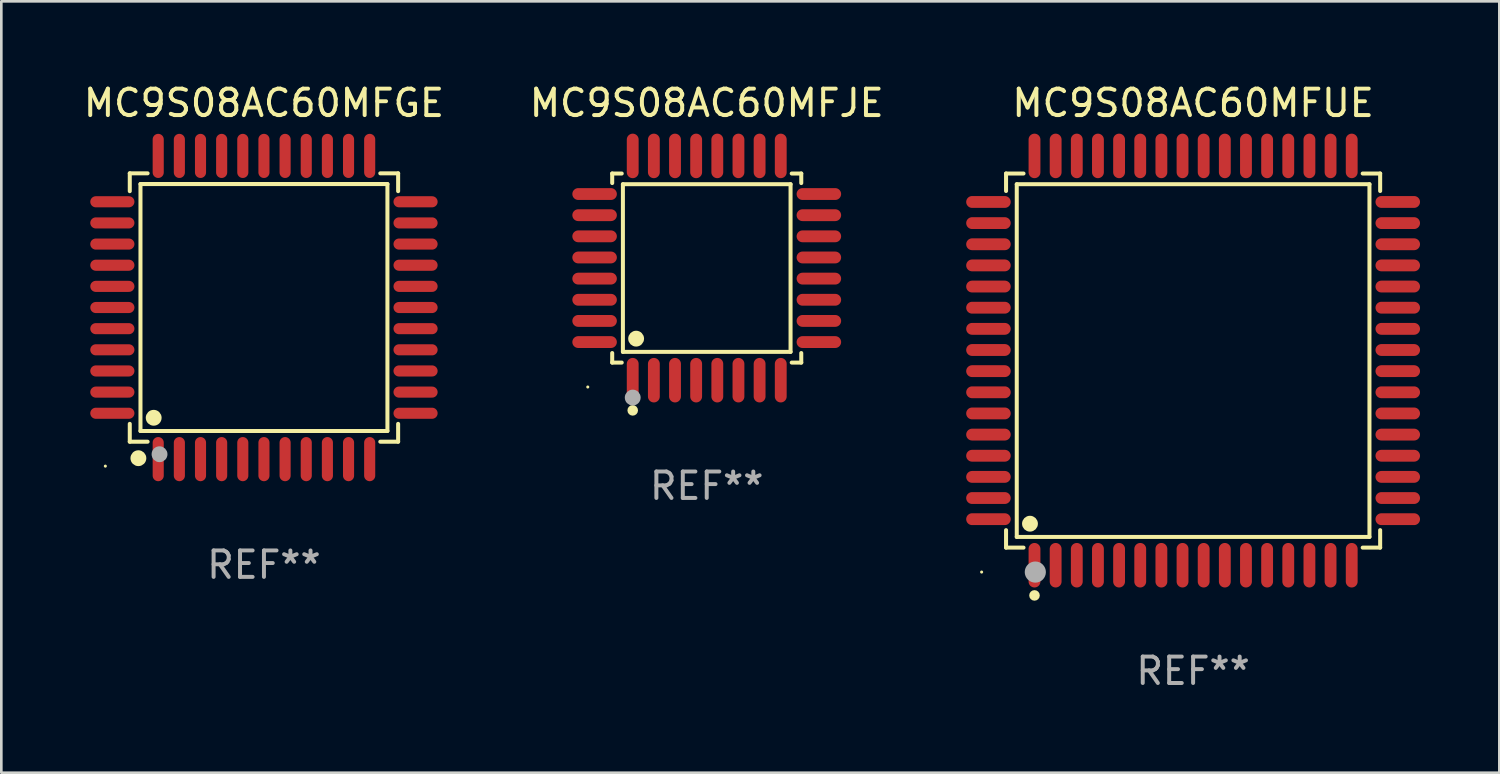
<source format=kicad_pcb>
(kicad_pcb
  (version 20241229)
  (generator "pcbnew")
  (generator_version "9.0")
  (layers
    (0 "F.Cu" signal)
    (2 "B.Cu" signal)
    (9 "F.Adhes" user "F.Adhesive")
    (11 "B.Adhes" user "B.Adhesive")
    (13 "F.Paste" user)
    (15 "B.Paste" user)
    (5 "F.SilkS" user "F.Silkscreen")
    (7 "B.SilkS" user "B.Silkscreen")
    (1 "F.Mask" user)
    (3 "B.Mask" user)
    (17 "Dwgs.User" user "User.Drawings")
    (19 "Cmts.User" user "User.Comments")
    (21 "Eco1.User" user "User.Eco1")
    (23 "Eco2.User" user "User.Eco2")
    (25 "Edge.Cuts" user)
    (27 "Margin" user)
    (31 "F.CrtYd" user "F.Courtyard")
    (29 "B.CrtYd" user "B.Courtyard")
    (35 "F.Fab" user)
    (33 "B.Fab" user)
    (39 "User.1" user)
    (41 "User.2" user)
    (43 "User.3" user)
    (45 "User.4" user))
  (footprint "MC9S08AC60MFUE"
    (layer "F.Cu")
    (at 42.084 10.59)
    (property "Reference" "MC9S08AC60MFUE" (at 0 -9.742 0) (layer "F.SilkS") (effects (font (size 1 1) (thickness 0.15))))
    (attr through_hole)
    (fp_line (start -7.076 -7.076) (end -6.415 -7.076) (stroke (width 0.152) (type solid)) (layer "F.SilkS"))
    (fp_line (start -7.076 -6.415) (end -7.076 -7.076) (stroke (width 0.152) (type solid)) (layer "F.SilkS"))
    (fp_line (start -7.076 6.415) (end -7.076 7.076) (stroke (width 0.152) (type solid)) (layer "F.SilkS"))
    (fp_line (start -7.076 7.076) (end -6.415 7.076) (stroke (width 0.152) (type solid)) (layer "F.SilkS"))
    (fp_line (start -6.671 -6.671) (end 6.671 -6.671) (stroke (width 0.152) (type solid)) (layer "F.SilkS"))
    (fp_line (start -6.671 6.671) (end -6.671 -6.671) (stroke (width 0.152) (type solid)) (layer "F.SilkS"))
    (fp_line (start 6.671 -6.671) (end 6.671 6.671) (stroke (width 0.152) (type solid)) (layer "F.SilkS"))
    (fp_line (start 6.671 6.671) (end -6.671 6.671) (stroke (width 0.152) (type solid)) (layer "F.SilkS"))
    (fp_line (start 7.076 -7.076) (end 6.415 -7.076) (stroke (width 0.152) (type solid)) (layer "F.SilkS"))
    (fp_line (start 7.076 -6.415) (end 7.076 -7.076) (stroke (width 0.152) (type solid)) (layer "F.SilkS"))
    (fp_line (start 7.076 6.415) (end 7.076 7.076) (stroke (width 0.152) (type solid)) (layer "F.SilkS"))
    (fp_line (start 7.076 7.076) (end 6.415 7.076) (stroke (width 0.152) (type solid)) (layer "F.SilkS"))
    (fp_circle (center -8 8) (end -7.97 8) (stroke (width 0.06) (type solid)) (fill no) (layer "F.SilkS"))
    (fp_circle (center -6.171 6.171) (end -6.021 6.171) (stroke (width 0.3) (type solid)) (fill no) (layer "F.SilkS"))
    (fp_circle (center -6 8.884) (end -5.9 8.884) (stroke (width 0.2) (type solid)) (fill no) (layer "F.SilkS"))
    (fp_circle (center -5.969 8.001) (end -5.769 8.001) (stroke (width 0.4) (type solid)) (fill no) (layer "F.Fab"))
    (fp_text user "REF**" (at 0 11.742 0) (layer "F.Fab") (effects (font (size 1 1) (thickness 0.15))))
    (pad "1" smd oval (at -6 7.742) (size 0.448 1.684) (layers "F.Cu" "F.Mask" "F.Paste"))
    (pad "2" smd oval (at -5.2 7.742) (size 0.448 1.684) (layers "F.Cu" "F.Mask" "F.Paste"))
    (pad "3" smd oval (at -4.4 7.742) (size 0.448 1.684) (layers "F.Cu" "F.Mask" "F.Paste"))
    (pad "4" smd oval (at -3.6 7.742) (size 0.448 1.684) (layers "F.Cu" "F.Mask" "F.Paste"))
    (pad "5" smd oval (at -2.8 7.742) (size 0.448 1.684) (layers "F.Cu" "F.Mask" "F.Paste"))
    (pad "6" smd oval (at -2 7.742) (size 0.448 1.684) (layers "F.Cu" "F.Mask" "F.Paste"))
    (pad "7" smd oval (at -1.2 7.742) (size 0.448 1.684) (layers "F.Cu" "F.Mask" "F.Paste"))
    (pad "8" smd oval (at -0.4 7.742) (size 0.448 1.684) (layers "F.Cu" "F.Mask" "F.Paste"))
    (pad "9" smd oval (at 0.4 7.742) (size 0.448 1.684) (layers "F.Cu" "F.Mask" "F.Paste"))
    (pad "10" smd oval (at 1.2 7.742) (size 0.448 1.684) (layers "F.Cu" "F.Mask" "F.Paste"))
    (pad "11" smd oval (at 2 7.742) (size 0.448 1.684) (layers "F.Cu" "F.Mask" "F.Paste"))
    (pad "12" smd oval (at 2.8 7.742) (size 0.448 1.684) (layers "F.Cu" "F.Mask" "F.Paste"))
    (pad "13" smd oval (at 3.6 7.742) (size 0.448 1.684) (layers "F.Cu" "F.Mask" "F.Paste"))
    (pad "14" smd oval (at 4.4 7.742) (size 0.448 1.684) (layers "F.Cu" "F.Mask" "F.Paste"))
    (pad "15" smd oval (at 5.2 7.742) (size 0.448 1.684) (layers "F.Cu" "F.Mask" "F.Paste"))
    (pad "16" smd oval (at 6 7.742) (size 0.448 1.684) (layers "F.Cu" "F.Mask" "F.Paste"))
    (pad "17" smd oval (at 7.742 6) (size 1.684 0.448) (layers "F.Cu" "F.Mask" "F.Paste"))
    (pad "18" smd oval (at 7.742 5.2) (size 1.684 0.448) (layers "F.Cu" "F.Mask" "F.Paste"))
    (pad "19" smd oval (at 7.742 4.4) (size 1.684 0.448) (layers "F.Cu" "F.Mask" "F.Paste"))
    (pad "20" smd oval (at 7.742 3.6) (size 1.684 0.448) (layers "F.Cu" "F.Mask" "F.Paste"))
    (pad "21" smd oval (at 7.742 2.8) (size 1.684 0.448) (layers "F.Cu" "F.Mask" "F.Paste"))
    (pad "22" smd oval (at 7.742 2) (size 1.684 0.448) (layers "F.Cu" "F.Mask" "F.Paste"))
    (pad "23" smd oval (at 7.742 1.2) (size 1.684 0.448) (layers "F.Cu" "F.Mask" "F.Paste"))
    (pad "24" smd oval (at 7.742 0.4) (size 1.684 0.448) (layers "F.Cu" "F.Mask" "F.Paste"))
    (pad "25" smd oval (at 7.742 -0.4) (size 1.684 0.448) (layers "F.Cu" "F.Mask" "F.Paste"))
    (pad "26" smd oval (at 7.742 -1.2) (size 1.684 0.448) (layers "F.Cu" "F.Mask" "F.Paste"))
    (pad "27" smd oval (at 7.742 -2) (size 1.684 0.448) (layers "F.Cu" "F.Mask" "F.Paste"))
    (pad "28" smd oval (at 7.742 -2.8) (size 1.684 0.448) (layers "F.Cu" "F.Mask" "F.Paste"))
    (pad "29" smd oval (at 7.742 -3.6) (size 1.684 0.448) (layers "F.Cu" "F.Mask" "F.Paste"))
    (pad "30" smd oval (at 7.742 -4.4) (size 1.684 0.448) (layers "F.Cu" "F.Mask" "F.Paste"))
    (pad "31" smd oval (at 7.742 -5.2) (size 1.684 0.448) (layers "F.Cu" "F.Mask" "F.Paste"))
    (pad "32" smd oval (at 7.742 -6) (size 1.684 0.448) (layers "F.Cu" "F.Mask" "F.Paste"))
    (pad "33" smd oval (at 6 -7.742) (size 0.448 1.684) (layers "F.Cu" "F.Mask" "F.Paste"))
    (pad "34" smd oval (at 5.2 -7.742) (size 0.448 1.684) (layers "F.Cu" "F.Mask" "F.Paste"))
    (pad "35" smd oval (at 4.4 -7.742) (size 0.448 1.684) (layers "F.Cu" "F.Mask" "F.Paste"))
    (pad "36" smd oval (at 3.6 -7.742) (size 0.448 1.684) (layers "F.Cu" "F.Mask" "F.Paste"))
    (pad "37" smd oval (at 2.8 -7.742) (size 0.448 1.684) (layers "F.Cu" "F.Mask" "F.Paste"))
    (pad "38" smd oval (at 2 -7.742) (size 0.448 1.684) (layers "F.Cu" "F.Mask" "F.Paste"))
    (pad "39" smd oval (at 1.2 -7.742) (size 0.448 1.684) (layers "F.Cu" "F.Mask" "F.Paste"))
    (pad "40" smd oval (at 0.4 -7.742) (size 0.448 1.684) (layers "F.Cu" "F.Mask" "F.Paste"))
    (pad "41" smd oval (at -0.4 -7.742) (size 0.448 1.684) (layers "F.Cu" "F.Mask" "F.Paste"))
    (pad "42" smd oval (at -1.2 -7.742) (size 0.448 1.684) (layers "F.Cu" "F.Mask" "F.Paste"))
    (pad "43" smd oval (at -2 -7.742) (size 0.448 1.684) (layers "F.Cu" "F.Mask" "F.Paste"))
    (pad "44" smd oval (at -2.8 -7.742) (size 0.448 1.684) (layers "F.Cu" "F.Mask" "F.Paste"))
    (pad "45" smd oval (at -3.6 -7.742) (size 0.448 1.684) (layers "F.Cu" "F.Mask" "F.Paste"))
    (pad "46" smd oval (at -4.4 -7.742) (size 0.448 1.684) (layers "F.Cu" "F.Mask" "F.Paste"))
    (pad "47" smd oval (at -5.2 -7.742) (size 0.448 1.684) (layers "F.Cu" "F.Mask" "F.Paste"))
    (pad "48" smd oval (at -6 -7.742) (size 0.448 1.684) (layers "F.Cu" "F.Mask" "F.Paste"))
    (pad "49" smd oval (at -7.742 -6) (size 1.684 0.448) (layers "F.Cu" "F.Mask" "F.Paste"))
    (pad "50" smd oval (at -7.742 -5.2) (size 1.684 0.448) (layers "F.Cu" "F.Mask" "F.Paste"))
    (pad "51" smd oval (at -7.742 -4.4) (size 1.684 0.448) (layers "F.Cu" "F.Mask" "F.Paste"))
    (pad "52" smd oval (at -7.742 -3.6) (size 1.684 0.448) (layers "F.Cu" "F.Mask" "F.Paste"))
    (pad "53" smd oval (at -7.742 -2.8) (size 1.684 0.448) (layers "F.Cu" "F.Mask" "F.Paste"))
    (pad "54" smd oval (at -7.742 -2) (size 1.684 0.448) (layers "F.Cu" "F.Mask" "F.Paste"))
    (pad "55" smd oval (at -7.742 -1.2) (size 1.684 0.448) (layers "F.Cu" "F.Mask" "F.Paste"))
    (pad "56" smd oval (at -7.742 -0.4) (size 1.684 0.448) (layers "F.Cu" "F.Mask" "F.Paste"))
    (pad "57" smd oval (at -7.742 0.4) (size 1.684 0.448) (layers "F.Cu" "F.Mask" "F.Paste"))
    (pad "58" smd oval (at -7.742 1.2) (size 1.684 0.448) (layers "F.Cu" "F.Mask" "F.Paste"))
    (pad "59" smd oval (at -7.742 2) (size 1.684 0.448) (layers "F.Cu" "F.Mask" "F.Paste"))
    (pad "60" smd oval (at -7.742 2.8) (size 1.684 0.448) (layers "F.Cu" "F.Mask" "F.Paste"))
    (pad "61" smd oval (at -7.742 3.6) (size 1.684 0.448) (layers "F.Cu" "F.Mask" "F.Paste"))
    (pad "62" smd oval (at -7.742 4.4) (size 1.684 0.448) (layers "F.Cu" "F.Mask" "F.Paste"))
    (pad "63" smd oval (at -7.742 5.2) (size 1.684 0.448) (layers "F.Cu" "F.Mask" "F.Paste"))
    (pad "64" smd oval (at -7.742 6) (size 1.684 0.448) (layers "F.Cu" "F.Mask" "F.Paste")))
  (footprint "MC9S08AC60MFJE"
    (layer "F.Cu")
    (at 23.685 7.09)
    (property "Reference" "MC9S08AC60MFJE" (at 0 -6.242 0) (layer "F.SilkS") (effects (font (size 1 1) (thickness 0.15))))
    (attr through_hole)
    (fp_line (start -3.576 -3.576) (end -3.215 -3.576) (stroke (width 0.152) (type solid)) (layer "F.SilkS"))
    (fp_line (start -3.576 -3.215) (end -3.576 -3.576) (stroke (width 0.152) (type solid)) (layer "F.SilkS"))
    (fp_line (start -3.576 3.215) (end -3.576 3.576) (stroke (width 0.152) (type solid)) (layer "F.SilkS"))
    (fp_line (start -3.576 3.576) (end -3.215 3.576) (stroke (width 0.152) (type solid)) (layer "F.SilkS"))
    (fp_line (start -3.171 -3.171) (end 3.171 -3.171) (stroke (width 0.152) (type solid)) (layer "F.SilkS"))
    (fp_line (start -3.171 3.171) (end -3.171 -3.171) (stroke (width 0.152) (type solid)) (layer "F.SilkS"))
    (fp_line (start 3.171 -3.171) (end 3.171 3.171) (stroke (width 0.152) (type solid)) (layer "F.SilkS"))
    (fp_line (start 3.171 3.171) (end -3.171 3.171) (stroke (width 0.152) (type solid)) (layer "F.SilkS"))
    (fp_line (start 3.576 -3.576) (end 3.215 -3.576) (stroke (width 0.152) (type solid)) (layer "F.SilkS"))
    (fp_line (start 3.576 -3.215) (end 3.576 -3.576) (stroke (width 0.152) (type solid)) (layer "F.SilkS"))
    (fp_line (start 3.576 3.215) (end 3.576 3.576) (stroke (width 0.152) (type solid)) (layer "F.SilkS"))
    (fp_line (start 3.576 3.576) (end 3.215 3.576) (stroke (width 0.152) (type solid)) (layer "F.SilkS"))
    (fp_circle (center -4.5 4.5) (end -4.47 4.5) (stroke (width 0.06) (type solid)) (fill no) (layer "F.SilkS"))
    (fp_circle (center -2.8 5.384) (end -2.7 5.384) (stroke (width 0.2) (type solid)) (fill no) (layer "F.SilkS"))
    (fp_circle (center -2.671 2.671) (end -2.521 2.671) (stroke (width 0.3) (type solid)) (fill no) (layer "F.SilkS"))
    (fp_circle (center -2.8 4.9) (end -2.65 4.9) (stroke (width 0.3) (type solid)) (fill no) (layer "F.Fab"))
    (fp_text user "REF**" (at 0 8.242 0) (layer "F.Fab") (effects (font (size 1 1) (thickness 0.15))))
    (pad "1" smd oval (at -2.8 4.242) (size 0.448 1.684) (layers "F.Cu" "F.Mask" "F.Paste"))
    (pad "2" smd oval (at -2 4.242) (size 0.448 1.684) (layers "F.Cu" "F.Mask" "F.Paste"))
    (pad "3" smd oval (at -1.2 4.242) (size 0.448 1.684) (layers "F.Cu" "F.Mask" "F.Paste"))
    (pad "4" smd oval (at -0.4 4.242) (size 0.448 1.684) (layers "F.Cu" "F.Mask" "F.Paste"))
    (pad "5" smd oval (at 0.4 4.242) (size 0.448 1.684) (layers "F.Cu" "F.Mask" "F.Paste"))
    (pad "6" smd oval (at 1.2 4.242) (size 0.448 1.684) (layers "F.Cu" "F.Mask" "F.Paste"))
    (pad "7" smd oval (at 2 4.242) (size 0.448 1.684) (layers "F.Cu" "F.Mask" "F.Paste"))
    (pad "8" smd oval (at 2.8 4.242) (size 0.448 1.684) (layers "F.Cu" "F.Mask" "F.Paste"))
    (pad "9" smd oval (at 4.242 2.8) (size 1.684 0.448) (layers "F.Cu" "F.Mask" "F.Paste"))
    (pad "10" smd oval (at 4.242 2) (size 1.684 0.448) (layers "F.Cu" "F.Mask" "F.Paste"))
    (pad "11" smd oval (at 4.242 1.2) (size 1.684 0.448) (layers "F.Cu" "F.Mask" "F.Paste"))
    (pad "12" smd oval (at 4.242 0.4) (size 1.684 0.448) (layers "F.Cu" "F.Mask" "F.Paste"))
    (pad "13" smd oval (at 4.242 -0.4) (size 1.684 0.448) (layers "F.Cu" "F.Mask" "F.Paste"))
    (pad "14" smd oval (at 4.242 -1.2) (size 1.684 0.448) (layers "F.Cu" "F.Mask" "F.Paste"))
    (pad "15" smd oval (at 4.242 -2) (size 1.684 0.448) (layers "F.Cu" "F.Mask" "F.Paste"))
    (pad "16" smd oval (at 4.242 -2.8) (size 1.684 0.448) (layers "F.Cu" "F.Mask" "F.Paste"))
    (pad "17" smd oval (at 2.8 -4.242) (size 0.448 1.684) (layers "F.Cu" "F.Mask" "F.Paste"))
    (pad "18" smd oval (at 2 -4.242) (size 0.448 1.684) (layers "F.Cu" "F.Mask" "F.Paste"))
    (pad "19" smd oval (at 1.2 -4.242) (size 0.448 1.684) (layers "F.Cu" "F.Mask" "F.Paste"))
    (pad "20" smd oval (at 0.4 -4.242) (size 0.448 1.684) (layers "F.Cu" "F.Mask" "F.Paste"))
    (pad "21" smd oval (at -0.4 -4.242) (size 0.448 1.684) (layers "F.Cu" "F.Mask" "F.Paste"))
    (pad "22" smd oval (at -1.2 -4.242) (size 0.448 1.684) (layers "F.Cu" "F.Mask" "F.Paste"))
    (pad "23" smd oval (at -2 -4.242) (size 0.448 1.684) (layers "F.Cu" "F.Mask" "F.Paste"))
    (pad "24" smd oval (at -2.8 -4.242) (size 0.448 1.684) (layers "F.Cu" "F.Mask" "F.Paste"))
    (pad "25" smd oval (at -4.242 -2.8) (size 1.684 0.448) (layers "F.Cu" "F.Mask" "F.Paste"))
    (pad "26" smd oval (at -4.242 -2) (size 1.684 0.448) (layers "F.Cu" "F.Mask" "F.Paste"))
    (pad "27" smd oval (at -4.242 -1.2) (size 1.684 0.448) (layers "F.Cu" "F.Mask" "F.Paste"))
    (pad "28" smd oval (at -4.242 -0.4) (size 1.684 0.448) (layers "F.Cu" "F.Mask" "F.Paste"))
    (pad "29" smd oval (at -4.242 0.4) (size 1.684 0.448) (layers "F.Cu" "F.Mask" "F.Paste"))
    (pad "30" smd oval (at -4.242 1.2) (size 1.684 0.448) (layers "F.Cu" "F.Mask" "F.Paste"))
    (pad "31" smd oval (at -4.242 2) (size 1.684 0.448) (layers "F.Cu" "F.Mask" "F.Paste"))
    (pad "32" smd oval (at -4.242 2.8) (size 1.684 0.448) (layers "F.Cu" "F.Mask" "F.Paste")))
  (footprint "MC9S08AC60MFGE"
    (layer "F.Cu")
    (at 6.935 8.583)
    (property "Reference" "MC9S08AC60MFGE" (at 0 -7.735 0) (layer "F.SilkS") (effects (font (size 1 1) (thickness 0.15))))
    (attr through_hole)
    (fp_line (start -5.076 -5.076) (end -4.401 -5.076) (stroke (width 0.152) (type solid)) (layer "F.SilkS"))
    (fp_line (start -5.076 -4.401) (end -5.076 -5.076) (stroke (width 0.152) (type solid)) (layer "F.SilkS"))
    (fp_line (start -5.076 4.401) (end -5.076 5.076) (stroke (width 0.152) (type solid)) (layer "F.SilkS"))
    (fp_line (start -5.076 5.076) (end -4.401 5.076) (stroke (width 0.152) (type solid)) (layer "F.SilkS"))
    (fp_line (start -4.671 -4.671) (end 4.671 -4.671) (stroke (width 0.152) (type solid)) (layer "F.SilkS"))
    (fp_line (start -4.671 4.671) (end -4.671 -4.671) (stroke (width 0.152) (type solid)) (layer "F.SilkS"))
    (fp_line (start 4.671 -4.671) (end 4.671 4.671) (stroke (width 0.152) (type solid)) (layer "F.SilkS"))
    (fp_line (start 4.671 4.671) (end -4.671 4.671) (stroke (width 0.152) (type solid)) (layer "F.SilkS"))
    (fp_line (start 5.076 -5.076) (end 4.401 -5.076) (stroke (width 0.152) (type solid)) (layer "F.SilkS"))
    (fp_line (start 5.076 -4.401) (end 5.076 -5.076) (stroke (width 0.152) (type solid)) (layer "F.SilkS"))
    (fp_line (start 5.076 4.401) (end 5.076 5.076) (stroke (width 0.152) (type solid)) (layer "F.SilkS"))
    (fp_line (start 5.076 5.076) (end 4.401 5.076) (stroke (width 0.152) (type solid)) (layer "F.SilkS"))
    (fp_circle (center -6 6) (end -5.97 6) (stroke (width 0.06) (type solid)) (fill no) (layer "F.SilkS"))
    (fp_circle (center -4.75 5.7) (end -4.6 5.7) (stroke (width 0.3) (type solid)) (fill no) (layer "F.SilkS"))
    (fp_circle (center -4.171 4.171) (end -4.021 4.171) (stroke (width 0.3) (type solid)) (fill no) (layer "F.SilkS"))
    (fp_circle (center -3.95 5.55) (end -3.8 5.55) (stroke (width 0.3) (type solid)) (fill no) (layer "F.Fab"))
    (fp_text user "REF**" (at 0 9.735 0) (layer "F.Fab") (effects (font (size 1 1) (thickness 0.15))))
    (pad "1" smd oval (at -4 5.735) (size 0.42 1.67) (layers "F.Cu" "F.Mask" "F.Paste"))
    (pad "2" smd oval (at -3.2 5.735) (size 0.42 1.67) (layers "F.Cu" "F.Mask" "F.Paste"))
    (pad "3" smd oval (at -2.4 5.735) (size 0.42 1.67) (layers "F.Cu" "F.Mask" "F.Paste"))
    (pad "4" smd oval (at -1.6 5.735) (size 0.42 1.67) (layers "F.Cu" "F.Mask" "F.Paste"))
    (pad "5" smd oval (at -0.8 5.735) (size 0.42 1.67) (layers "F.Cu" "F.Mask" "F.Paste"))
    (pad "6" smd oval (at 0 5.735) (size 0.42 1.67) (layers "F.Cu" "F.Mask" "F.Paste"))
    (pad "7" smd oval (at 0.8 5.735) (size 0.42 1.67) (layers "F.Cu" "F.Mask" "F.Paste"))
    (pad "8" smd oval (at 1.6 5.735) (size 0.42 1.67) (layers "F.Cu" "F.Mask" "F.Paste"))
    (pad "9" smd oval (at 2.4 5.735) (size 0.42 1.67) (layers "F.Cu" "F.Mask" "F.Paste"))
    (pad "10" smd oval (at 3.2 5.735) (size 0.42 1.67) (layers "F.Cu" "F.Mask" "F.Paste"))
    (pad "11" smd oval (at 4 5.735) (size 0.42 1.67) (layers "F.Cu" "F.Mask" "F.Paste"))
    (pad "12" smd oval (at 5.735 4) (size 1.67 0.42) (layers "F.Cu" "F.Mask" "F.Paste"))
    (pad "13" smd oval (at 5.735 3.2) (size 1.67 0.42) (layers "F.Cu" "F.Mask" "F.Paste"))
    (pad "14" smd oval (at 5.735 2.4) (size 1.67 0.42) (layers "F.Cu" "F.Mask" "F.Paste"))
    (pad "15" smd oval (at 5.735 1.6) (size 1.67 0.42) (layers "F.Cu" "F.Mask" "F.Paste"))
    (pad "16" smd oval (at 5.735 0.8) (size 1.67 0.42) (layers "F.Cu" "F.Mask" "F.Paste"))
    (pad "17" smd oval (at 5.735 0) (size 1.67 0.42) (layers "F.Cu" "F.Mask" "F.Paste"))
    (pad "18" smd oval (at 5.735 -0.8) (size 1.67 0.42) (layers "F.Cu" "F.Mask" "F.Paste"))
    (pad "19" smd oval (at 5.735 -1.6) (size 1.67 0.42) (layers "F.Cu" "F.Mask" "F.Paste"))
    (pad "20" smd oval (at 5.735 -2.4) (size 1.67 0.42) (layers "F.Cu" "F.Mask" "F.Paste"))
    (pad "21" smd oval (at 5.735 -3.2) (size 1.67 0.42) (layers "F.Cu" "F.Mask" "F.Paste"))
    (pad "22" smd oval (at 5.735 -4) (size 1.67 0.42) (layers "F.Cu" "F.Mask" "F.Paste"))
    (pad "23" smd oval (at 4 -5.735) (size 0.42 1.67) (layers "F.Cu" "F.Mask" "F.Paste"))
    (pad "24" smd oval (at 3.2 -5.735) (size 0.42 1.67) (layers "F.Cu" "F.Mask" "F.Paste"))
    (pad "25" smd oval (at 2.4 -5.735) (size 0.42 1.67) (layers "F.Cu" "F.Mask" "F.Paste"))
    (pad "26" smd oval (at 1.6 -5.735) (size 0.42 1.67) (layers "F.Cu" "F.Mask" "F.Paste"))
    (pad "27" smd oval (at 0.8 -5.735) (size 0.42 1.67) (layers "F.Cu" "F.Mask" "F.Paste"))
    (pad "28" smd oval (at 0 -5.735) (size 0.42 1.67) (layers "F.Cu" "F.Mask" "F.Paste"))
    (pad "29" smd oval (at -0.8 -5.735) (size 0.42 1.67) (layers "F.Cu" "F.Mask" "F.Paste"))
    (pad "30" smd oval (at -1.6 -5.735) (size 0.42 1.67) (layers "F.Cu" "F.Mask" "F.Paste"))
    (pad "31" smd oval (at -2.4 -5.735) (size 0.42 1.67) (layers "F.Cu" "F.Mask" "F.Paste"))
    (pad "32" smd oval (at -3.2 -5.735) (size 0.42 1.67) (layers "F.Cu" "F.Mask" "F.Paste"))
    (pad "33" smd oval (at -4 -5.735) (size 0.42 1.67) (layers "F.Cu" "F.Mask" "F.Paste"))
    (pad "34" smd oval (at -5.735 -4) (size 1.67 0.42) (layers "F.Cu" "F.Mask" "F.Paste"))
    (pad "35" smd oval (at -5.735 -3.2) (size 1.67 0.42) (layers "F.Cu" "F.Mask" "F.Paste"))
    (pad "36" smd oval (at -5.735 -2.4) (size 1.67 0.42) (layers "F.Cu" "F.Mask" "F.Paste"))
    (pad "37" smd oval (at -5.735 -1.6) (size 1.67 0.42) (layers "F.Cu" "F.Mask" "F.Paste"))
    (pad "38" smd oval (at -5.735 -0.8) (size 1.67 0.42) (layers "F.Cu" "F.Mask" "F.Paste"))
    (pad "39" smd oval (at -5.735 0) (size 1.67 0.42) (layers "F.Cu" "F.Mask" "F.Paste"))
    (pad "40" smd oval (at -5.735 0.8) (size 1.67 0.42) (layers "F.Cu" "F.Mask" "F.Paste"))
    (pad "41" smd oval (at -5.735 1.6) (size 1.67 0.42) (layers "F.Cu" "F.Mask" "F.Paste"))
    (pad "42" smd oval (at -5.735 2.4) (size 1.67 0.42) (layers "F.Cu" "F.Mask" "F.Paste"))
    (pad "43" smd oval (at -5.735 3.2) (size 1.67 0.42) (layers "F.Cu" "F.Mask" "F.Paste"))
    (pad "44" smd oval (at -5.735 4) (size 1.67 0.42) (layers "F.Cu" "F.Mask" "F.Paste")))
  (gr_rect
    (start -3 -3)
    (end 53.668 26.18)
    (stroke (width 0.1) (type default))
    (fill no)
    (layer "Edge.Cuts")))
</source>
